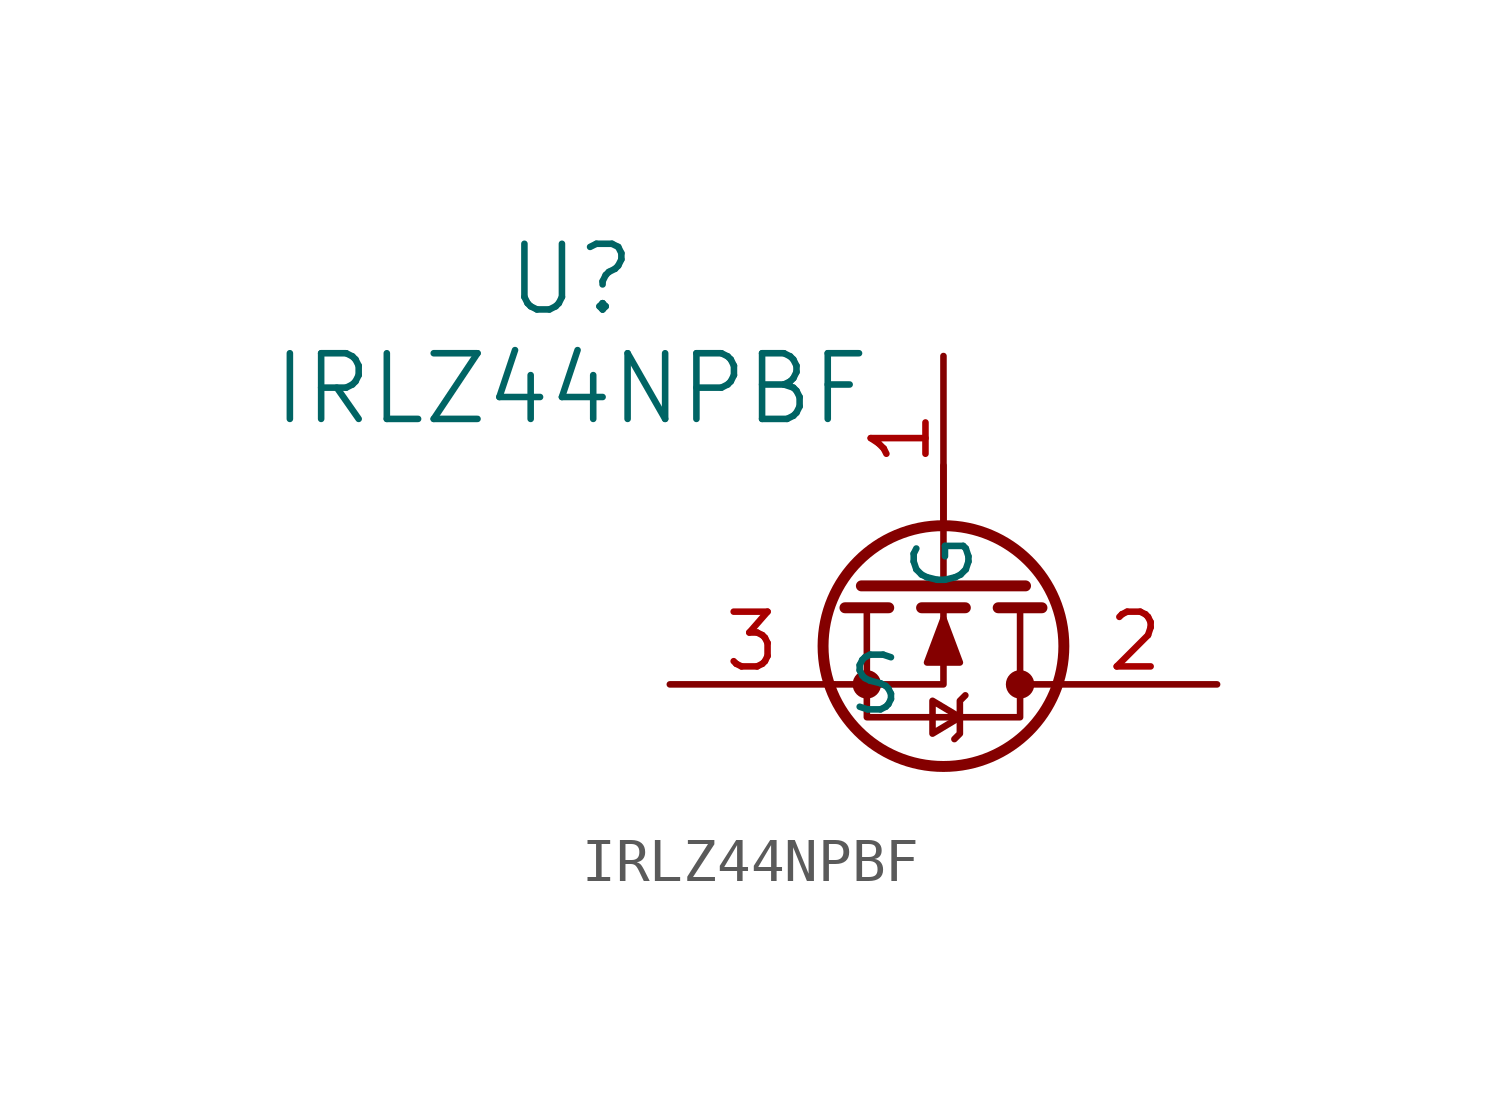
<source format=kicad_sym>
(kicad_symbol_lib
  (version 20231120)
  (generator "kicad_symbol_editor")
  (generator_version "8.0")
  (symbol "IRLZ44NPBF"
    (pin_names
      (offset 0.254))
    (property "Reference" "U"
      (at 6.604 9.398 0)
      (effects (font (size 1.524 1.524))))
    (property "Value" "IRLZ44NPBF"
      (at 6.604 6.858 0)
      (effects (font (size 1.524 1.524))))
    (property "ki_locked" ""
      (at 0 0 0)
      (effects (font (size 1.27 1.27))))
    (symbol "IRLZ44NPBF_0_1"
      (polyline (pts (xy 13.97 1.778) (xy 12.954 1.778)) (stroke (width 0.254) (type default)) (fill (type none)))
      (polyline (pts (xy 15.24 2.286) (xy 15.24 5.08)) (stroke (width 0) (type default)) (fill (type none)))
      (polyline (pts (xy 15.748 1.778) (xy 14.732 1.778)) (stroke (width 0.254) (type default)) (fill (type none)))
      (polyline (pts (xy 17.145 2.286) (xy 13.335 2.286)) (stroke (width 0.254) (type default)) (fill (type none)))
      (polyline (pts (xy 17.526 1.778) (xy 16.51 1.778)) (stroke (width 0.254) (type default)) (fill (type none)))
      (polyline (pts (xy 17.78 0) (xy 17.018 0)) (stroke (width 0) (type default)) (fill (type none)))
      (polyline (pts (xy 12.7 0) (xy 15.24 0) (xy 15.24 1.778)) (stroke (width 0) (type default)) (fill (type none)))
      (polyline (pts (xy 13.462 1.778) (xy 13.462 -0.762) (xy 17.018 -0.762) (xy 17.018 1.778)) (stroke (width 0) (type default)) (fill (type none)))
      (polyline (pts (xy 15.24 1.524) (xy 15.621 0.508) (xy 14.859 0.508) (xy 15.24 1.524)) (stroke (width 0) (type default)) (fill (type outline)))
      (polyline (pts (xy 15.621 -0.762) (xy 14.986 -0.381) (xy 14.986 -1.143) (xy 15.621 -0.762)) (stroke (width 0) (type default)) (fill (type none)))
      (polyline (pts (xy 15.748 -0.254) (xy 15.621 -0.381) (xy 15.621 -1.143) (xy 15.494 -1.27)) (stroke (width 0) (type default)) (fill (type none)))
      (circle (center 13.462 0) (radius 0.254) (stroke (width 0) (type default)) (fill (type outline)))
      (circle (center 15.24 0.889) (radius 2.794) (stroke (width 0.254) (type default)) (fill (type none)))
      (circle (center 17.018 0) (radius 0.254) (stroke (width 0) (type default)) (fill (type outline))))
    (symbol "IRLZ44NPBF_1_1"
      (pin input line (at 15.24 7.62 270) (length 3.81) (name "G" (effects (font (size 1.27 1.27)))) (number "1" (effects (font (size 1.27 1.27)))))
      (pin passive line (at 21.59 0 180) (length 3.81) (name "" (effects (font (size 1.27 1.27)))) (number "2" (effects (font (size 1.27 1.27)))))
      (pin passive line (at 8.89 0 0) (length 3.81) (name "S" (effects (font (size 1.27 1.27)))) (number "3" (effects (font (size 1.27 1.27))))))))
</source>
